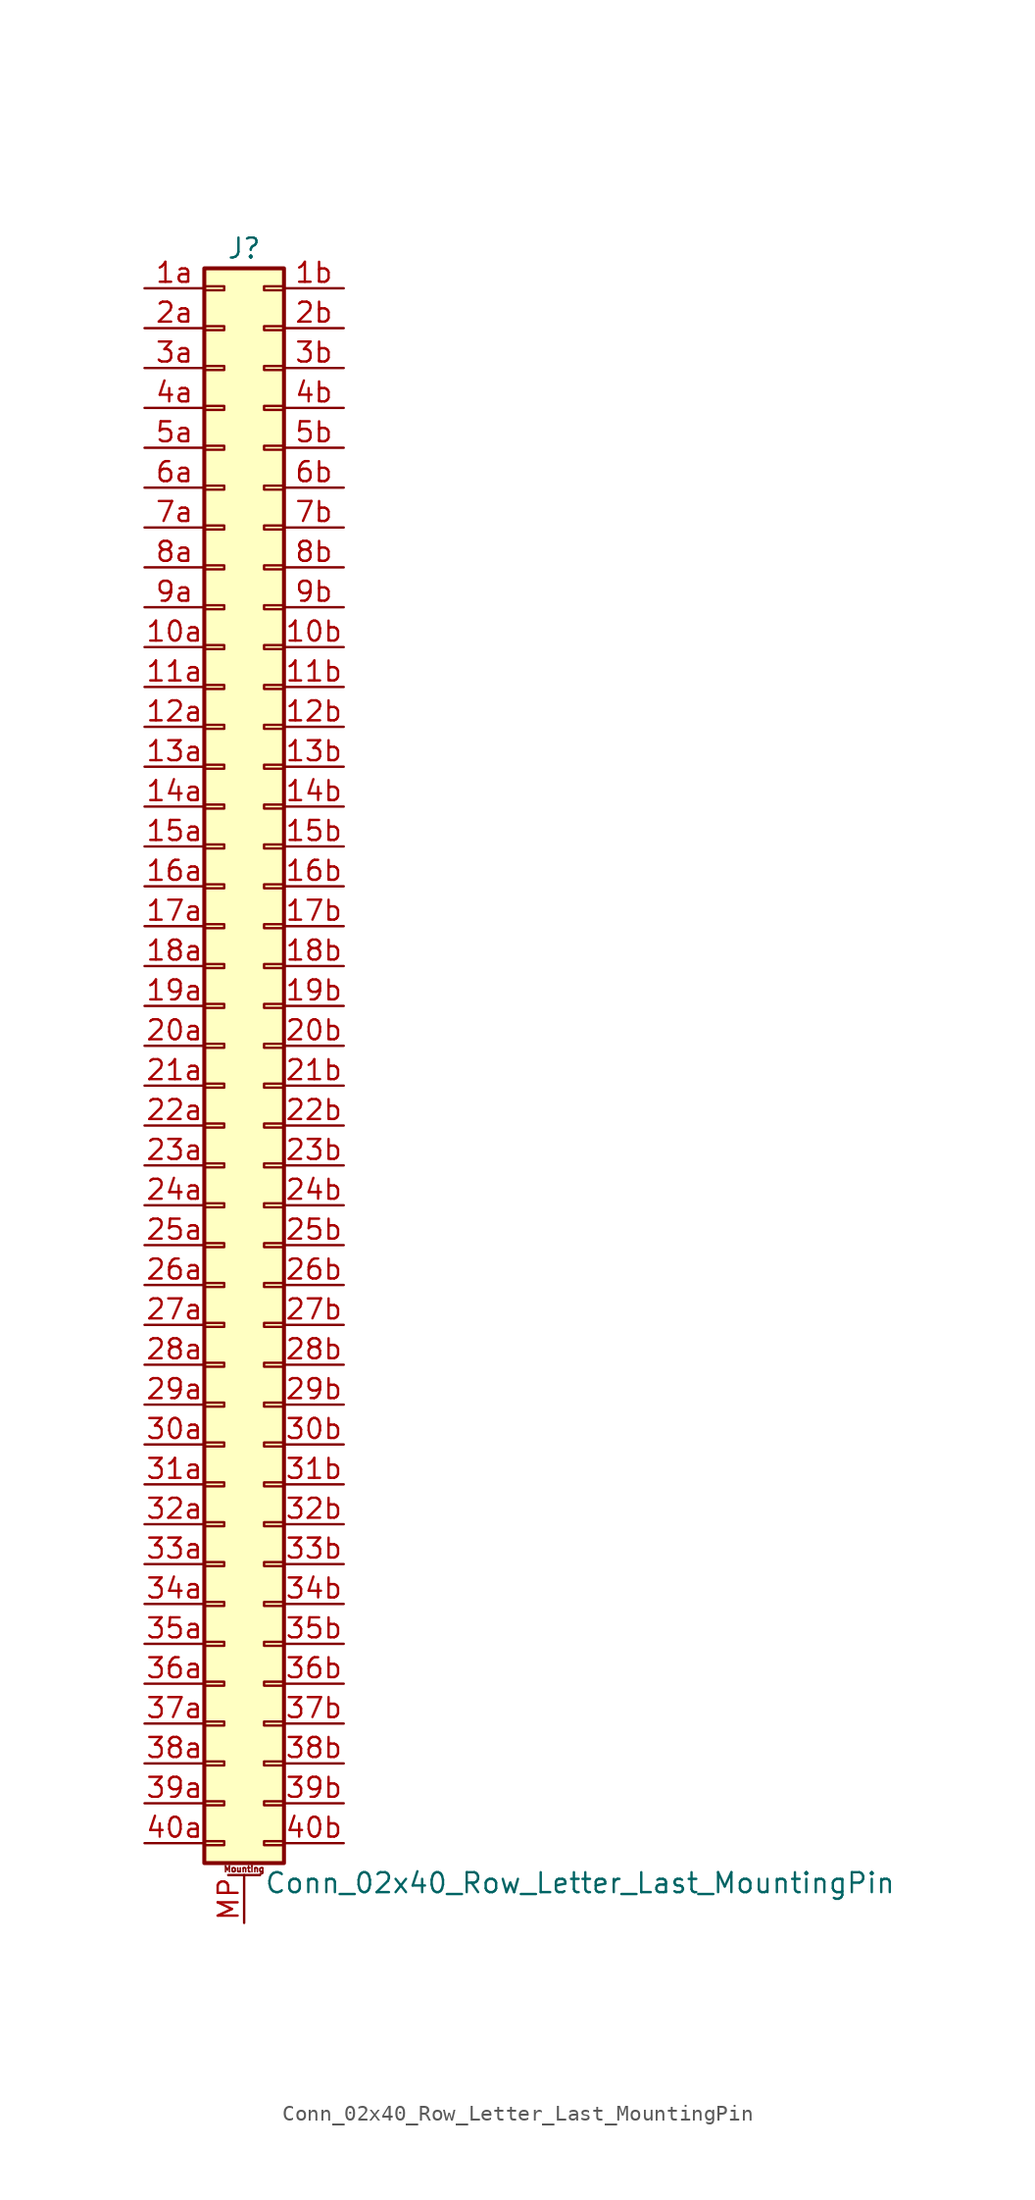
<source format=kicad_sym>
(kicad_symbol_lib
  (version 20211014)
  (generator kicad_symbol_editor)
  (symbol "Conn_02x40_Row_Letter_Last_MountingPin"
    (pin_names
      (offset 1.016) hide)
    (property "Reference" "J"
      (at 1.27 50.8 0)
      (effects (font (size 1.27 1.27))))
    (property "Value" "Conn_02x40_Row_Letter_Last_MountingPin"
      (at 2.54 -53.34 0)
      (effects (font (size 1.27 1.27)) (justify left)))
    (symbol "Conn_02x40_Row_Letter_Last_MountingPin_1_1"
      (rectangle (start -1.27 -50.673) (end 0 -50.927) (stroke (width 0.152) (type default) (color 0 0 0 0)) (fill (type none)))
      (rectangle (start -1.27 -48.133) (end 0 -48.387) (stroke (width 0.152) (type default) (color 0 0 0 0)) (fill (type none)))
      (rectangle (start -1.27 -45.593) (end 0 -45.847) (stroke (width 0.152) (type default) (color 0 0 0 0)) (fill (type none)))
      (rectangle (start -1.27 -43.053) (end 0 -43.307) (stroke (width 0.152) (type default) (color 0 0 0 0)) (fill (type none)))
      (rectangle (start -1.27 -40.513) (end 0 -40.767) (stroke (width 0.152) (type default) (color 0 0 0 0)) (fill (type none)))
      (rectangle (start -1.27 -37.973) (end 0 -38.227) (stroke (width 0.152) (type default) (color 0 0 0 0)) (fill (type none)))
      (rectangle (start -1.27 -35.433) (end 0 -35.687) (stroke (width 0.152) (type default) (color 0 0 0 0)) (fill (type none)))
      (rectangle (start -1.27 -32.893) (end 0 -33.147) (stroke (width 0.152) (type default) (color 0 0 0 0)) (fill (type none)))
      (rectangle (start -1.27 -30.353) (end 0 -30.607) (stroke (width 0.152) (type default) (color 0 0 0 0)) (fill (type none)))
      (rectangle (start -1.27 -27.813) (end 0 -28.067) (stroke (width 0.152) (type default) (color 0 0 0 0)) (fill (type none)))
      (rectangle (start -1.27 -25.273) (end 0 -25.527) (stroke (width 0.152) (type default) (color 0 0 0 0)) (fill (type none)))
      (rectangle (start -1.27 -22.733) (end 0 -22.987) (stroke (width 0.152) (type default) (color 0 0 0 0)) (fill (type none)))
      (rectangle (start -1.27 -20.193) (end 0 -20.447) (stroke (width 0.152) (type default) (color 0 0 0 0)) (fill (type none)))
      (rectangle (start -1.27 -17.653) (end 0 -17.907) (stroke (width 0.152) (type default) (color 0 0 0 0)) (fill (type none)))
      (rectangle (start -1.27 -15.113) (end 0 -15.367) (stroke (width 0.152) (type default) (color 0 0 0 0)) (fill (type none)))
      (rectangle (start -1.27 -12.573) (end 0 -12.827) (stroke (width 0.152) (type default) (color 0 0 0 0)) (fill (type none)))
      (rectangle (start -1.27 -10.033) (end 0 -10.287) (stroke (width 0.152) (type default) (color 0 0 0 0)) (fill (type none)))
      (rectangle (start -1.27 -7.493) (end 0 -7.747) (stroke (width 0.152) (type default) (color 0 0 0 0)) (fill (type none)))
      (rectangle (start -1.27 -4.953) (end 0 -5.207) (stroke (width 0.152) (type default) (color 0 0 0 0)) (fill (type none)))
      (rectangle (start -1.27 -2.413) (end 0 -2.667) (stroke (width 0.152) (type default) (color 0 0 0 0)) (fill (type none)))
      (rectangle (start -1.27 0.127) (end 0 -0.127) (stroke (width 0.152) (type default) (color 0 0 0 0)) (fill (type none)))
      (rectangle (start -1.27 2.667) (end 0 2.413) (stroke (width 0.152) (type default) (color 0 0 0 0)) (fill (type none)))
      (rectangle (start -1.27 5.207) (end 0 4.953) (stroke (width 0.152) (type default) (color 0 0 0 0)) (fill (type none)))
      (rectangle (start -1.27 7.747) (end 0 7.493) (stroke (width 0.152) (type default) (color 0 0 0 0)) (fill (type none)))
      (rectangle (start -1.27 10.287) (end 0 10.033) (stroke (width 0.152) (type default) (color 0 0 0 0)) (fill (type none)))
      (rectangle (start -1.27 12.827) (end 0 12.573) (stroke (width 0.152) (type default) (color 0 0 0 0)) (fill (type none)))
      (rectangle (start -1.27 15.367) (end 0 15.113) (stroke (width 0.152) (type default) (color 0 0 0 0)) (fill (type none)))
      (rectangle (start -1.27 17.907) (end 0 17.653) (stroke (width 0.152) (type default) (color 0 0 0 0)) (fill (type none)))
      (rectangle (start -1.27 20.447) (end 0 20.193) (stroke (width 0.152) (type default) (color 0 0 0 0)) (fill (type none)))
      (rectangle (start -1.27 22.987) (end 0 22.733) (stroke (width 0.152) (type default) (color 0 0 0 0)) (fill (type none)))
      (rectangle (start -1.27 25.527) (end 0 25.273) (stroke (width 0.152) (type default) (color 0 0 0 0)) (fill (type none)))
      (rectangle (start -1.27 28.067) (end 0 27.813) (stroke (width 0.152) (type default) (color 0 0 0 0)) (fill (type none)))
      (rectangle (start -1.27 30.607) (end 0 30.353) (stroke (width 0.152) (type default) (color 0 0 0 0)) (fill (type none)))
      (rectangle (start -1.27 33.147) (end 0 32.893) (stroke (width 0.152) (type default) (color 0 0 0 0)) (fill (type none)))
      (rectangle (start -1.27 35.687) (end 0 35.433) (stroke (width 0.152) (type default) (color 0 0 0 0)) (fill (type none)))
      (rectangle (start -1.27 38.227) (end 0 37.973) (stroke (width 0.152) (type default) (color 0 0 0 0)) (fill (type none)))
      (rectangle (start -1.27 40.767) (end 0 40.513) (stroke (width 0.152) (type default) (color 0 0 0 0)) (fill (type none)))
      (rectangle (start -1.27 43.307) (end 0 43.053) (stroke (width 0.152) (type default) (color 0 0 0 0)) (fill (type none)))
      (rectangle (start -1.27 45.847) (end 0 45.593) (stroke (width 0.152) (type default) (color 0 0 0 0)) (fill (type none)))
      (rectangle (start -1.27 48.387) (end 0 48.133) (stroke (width 0.152) (type default) (color 0 0 0 0)) (fill (type none)))
      (rectangle (start -1.27 49.53) (end 3.81 -52.07) (stroke (width 0.254) (type default) (color 0 0 0 0)) (fill (type background)))
      (polyline (pts (xy 0.254 -52.832) (xy 2.286 -52.832)) (stroke (width 0.152) (type default) (color 0 0 0 0)) (fill (type none)))
      (rectangle (start 3.81 -50.673) (end 2.54 -50.927) (stroke (width 0.152) (type default) (color 0 0 0 0)) (fill (type none)))
      (rectangle (start 3.81 -48.133) (end 2.54 -48.387) (stroke (width 0.152) (type default) (color 0 0 0 0)) (fill (type none)))
      (rectangle (start 3.81 -45.593) (end 2.54 -45.847) (stroke (width 0.152) (type default) (color 0 0 0 0)) (fill (type none)))
      (rectangle (start 3.81 -43.053) (end 2.54 -43.307) (stroke (width 0.152) (type default) (color 0 0 0 0)) (fill (type none)))
      (rectangle (start 3.81 -40.513) (end 2.54 -40.767) (stroke (width 0.152) (type default) (color 0 0 0 0)) (fill (type none)))
      (rectangle (start 3.81 -37.973) (end 2.54 -38.227) (stroke (width 0.152) (type default) (color 0 0 0 0)) (fill (type none)))
      (rectangle (start 3.81 -35.433) (end 2.54 -35.687) (stroke (width 0.152) (type default) (color 0 0 0 0)) (fill (type none)))
      (rectangle (start 3.81 -32.893) (end 2.54 -33.147) (stroke (width 0.152) (type default) (color 0 0 0 0)) (fill (type none)))
      (rectangle (start 3.81 -30.353) (end 2.54 -30.607) (stroke (width 0.152) (type default) (color 0 0 0 0)) (fill (type none)))
      (rectangle (start 3.81 -27.813) (end 2.54 -28.067) (stroke (width 0.152) (type default) (color 0 0 0 0)) (fill (type none)))
      (rectangle (start 3.81 -25.273) (end 2.54 -25.527) (stroke (width 0.152) (type default) (color 0 0 0 0)) (fill (type none)))
      (rectangle (start 3.81 -22.733) (end 2.54 -22.987) (stroke (width 0.152) (type default) (color 0 0 0 0)) (fill (type none)))
      (rectangle (start 3.81 -20.193) (end 2.54 -20.447) (stroke (width 0.152) (type default) (color 0 0 0 0)) (fill (type none)))
      (rectangle (start 3.81 -17.653) (end 2.54 -17.907) (stroke (width 0.152) (type default) (color 0 0 0 0)) (fill (type none)))
      (rectangle (start 3.81 -15.113) (end 2.54 -15.367) (stroke (width 0.152) (type default) (color 0 0 0 0)) (fill (type none)))
      (rectangle (start 3.81 -12.573) (end 2.54 -12.827) (stroke (width 0.152) (type default) (color 0 0 0 0)) (fill (type none)))
      (rectangle (start 3.81 -10.033) (end 2.54 -10.287) (stroke (width 0.152) (type default) (color 0 0 0 0)) (fill (type none)))
      (rectangle (start 3.81 -7.493) (end 2.54 -7.747) (stroke (width 0.152) (type default) (color 0 0 0 0)) (fill (type none)))
      (rectangle (start 3.81 -4.953) (end 2.54 -5.207) (stroke (width 0.152) (type default) (color 0 0 0 0)) (fill (type none)))
      (rectangle (start 3.81 -2.413) (end 2.54 -2.667) (stroke (width 0.152) (type default) (color 0 0 0 0)) (fill (type none)))
      (rectangle (start 3.81 0.127) (end 2.54 -0.127) (stroke (width 0.152) (type default) (color 0 0 0 0)) (fill (type none)))
      (rectangle (start 3.81 2.667) (end 2.54 2.413) (stroke (width 0.152) (type default) (color 0 0 0 0)) (fill (type none)))
      (rectangle (start 3.81 5.207) (end 2.54 4.953) (stroke (width 0.152) (type default) (color 0 0 0 0)) (fill (type none)))
      (rectangle (start 3.81 7.747) (end 2.54 7.493) (stroke (width 0.152) (type default) (color 0 0 0 0)) (fill (type none)))
      (rectangle (start 3.81 10.287) (end 2.54 10.033) (stroke (width 0.152) (type default) (color 0 0 0 0)) (fill (type none)))
      (rectangle (start 3.81 12.827) (end 2.54 12.573) (stroke (width 0.152) (type default) (color 0 0 0 0)) (fill (type none)))
      (rectangle (start 3.81 15.367) (end 2.54 15.113) (stroke (width 0.152) (type default) (color 0 0 0 0)) (fill (type none)))
      (rectangle (start 3.81 17.907) (end 2.54 17.653) (stroke (width 0.152) (type default) (color 0 0 0 0)) (fill (type none)))
      (rectangle (start 3.81 20.447) (end 2.54 20.193) (stroke (width 0.152) (type default) (color 0 0 0 0)) (fill (type none)))
      (rectangle (start 3.81 22.987) (end 2.54 22.733) (stroke (width 0.152) (type default) (color 0 0 0 0)) (fill (type none)))
      (rectangle (start 3.81 25.527) (end 2.54 25.273) (stroke (width 0.152) (type default) (color 0 0 0 0)) (fill (type none)))
      (rectangle (start 3.81 28.067) (end 2.54 27.813) (stroke (width 0.152) (type default) (color 0 0 0 0)) (fill (type none)))
      (rectangle (start 3.81 30.607) (end 2.54 30.353) (stroke (width 0.152) (type default) (color 0 0 0 0)) (fill (type none)))
      (rectangle (start 3.81 33.147) (end 2.54 32.893) (stroke (width 0.152) (type default) (color 0 0 0 0)) (fill (type none)))
      (rectangle (start 3.81 35.687) (end 2.54 35.433) (stroke (width 0.152) (type default) (color 0 0 0 0)) (fill (type none)))
      (rectangle (start 3.81 38.227) (end 2.54 37.973) (stroke (width 0.152) (type default) (color 0 0 0 0)) (fill (type none)))
      (rectangle (start 3.81 40.767) (end 2.54 40.513) (stroke (width 0.152) (type default) (color 0 0 0 0)) (fill (type none)))
      (rectangle (start 3.81 43.307) (end 2.54 43.053) (stroke (width 0.152) (type default) (color 0 0 0 0)) (fill (type none)))
      (rectangle (start 3.81 45.847) (end 2.54 45.593) (stroke (width 0.152) (type default) (color 0 0 0 0)) (fill (type none)))
      (rectangle (start 3.81 48.387) (end 2.54 48.133) (stroke (width 0.152) (type default) (color 0 0 0 0)) (fill (type none)))
      (text "Mounting" (at 1.27 -52.451 0) (effects (font (size 0.381 0.381))))
      (pin passive line (at -5.08 25.4 0) (length 3.81) (name "Pin_10a" (effects (font (size 1.27 1.27)))) (number "10a" (effects (font (size 1.27 1.27)))))
      (pin passive line (at 7.62 25.4 180) (length 3.81) (name "Pin_10b" (effects (font (size 1.27 1.27)))) (number "10b" (effects (font (size 1.27 1.27)))))
      (pin passive line (at -5.08 22.86 0) (length 3.81) (name "Pin_11a" (effects (font (size 1.27 1.27)))) (number "11a" (effects (font (size 1.27 1.27)))))
      (pin passive line (at 7.62 22.86 180) (length 3.81) (name "Pin_11b" (effects (font (size 1.27 1.27)))) (number "11b" (effects (font (size 1.27 1.27)))))
      (pin passive line (at -5.08 20.32 0) (length 3.81) (name "Pin_12a" (effects (font (size 1.27 1.27)))) (number "12a" (effects (font (size 1.27 1.27)))))
      (pin passive line (at 7.62 20.32 180) (length 3.81) (name "Pin_12b" (effects (font (size 1.27 1.27)))) (number "12b" (effects (font (size 1.27 1.27)))))
      (pin passive line (at -5.08 17.78 0) (length 3.81) (name "Pin_13a" (effects (font (size 1.27 1.27)))) (number "13a" (effects (font (size 1.27 1.27)))))
      (pin passive line (at 7.62 17.78 180) (length 3.81) (name "Pin_13b" (effects (font (size 1.27 1.27)))) (number "13b" (effects (font (size 1.27 1.27)))))
      (pin passive line (at -5.08 15.24 0) (length 3.81) (name "Pin_14a" (effects (font (size 1.27 1.27)))) (number "14a" (effects (font (size 1.27 1.27)))))
      (pin passive line (at 7.62 15.24 180) (length 3.81) (name "Pin_14b" (effects (font (size 1.27 1.27)))) (number "14b" (effects (font (size 1.27 1.27)))))
      (pin passive line (at -5.08 12.7 0) (length 3.81) (name "Pin_15a" (effects (font (size 1.27 1.27)))) (number "15a" (effects (font (size 1.27 1.27)))))
      (pin passive line (at 7.62 12.7 180) (length 3.81) (name "Pin_15b" (effects (font (size 1.27 1.27)))) (number "15b" (effects (font (size 1.27 1.27)))))
      (pin passive line (at -5.08 10.16 0) (length 3.81) (name "Pin_16a" (effects (font (size 1.27 1.27)))) (number "16a" (effects (font (size 1.27 1.27)))))
      (pin passive line (at 7.62 10.16 180) (length 3.81) (name "Pin_16b" (effects (font (size 1.27 1.27)))) (number "16b" (effects (font (size 1.27 1.27)))))
      (pin passive line (at -5.08 7.62 0) (length 3.81) (name "Pin_17a" (effects (font (size 1.27 1.27)))) (number "17a" (effects (font (size 1.27 1.27)))))
      (pin passive line (at 7.62 7.62 180) (length 3.81) (name "Pin_17b" (effects (font (size 1.27 1.27)))) (number "17b" (effects (font (size 1.27 1.27)))))
      (pin passive line (at -5.08 5.08 0) (length 3.81) (name "Pin_18a" (effects (font (size 1.27 1.27)))) (number "18a" (effects (font (size 1.27 1.27)))))
      (pin passive line (at 7.62 5.08 180) (length 3.81) (name "Pin_18b" (effects (font (size 1.27 1.27)))) (number "18b" (effects (font (size 1.27 1.27)))))
      (pin passive line (at -5.08 2.54 0) (length 3.81) (name "Pin_19a" (effects (font (size 1.27 1.27)))) (number "19a" (effects (font (size 1.27 1.27)))))
      (pin passive line (at 7.62 2.54 180) (length 3.81) (name "Pin_19b" (effects (font (size 1.27 1.27)))) (number "19b" (effects (font (size 1.27 1.27)))))
      (pin passive line (at -5.08 48.26 0) (length 3.81) (name "Pin_1a" (effects (font (size 1.27 1.27)))) (number "1a" (effects (font (size 1.27 1.27)))))
      (pin passive line (at 7.62 48.26 180) (length 3.81) (name "Pin_1b" (effects (font (size 1.27 1.27)))) (number "1b" (effects (font (size 1.27 1.27)))))
      (pin passive line (at -5.08 0 0) (length 3.81) (name "Pin_20a" (effects (font (size 1.27 1.27)))) (number "20a" (effects (font (size 1.27 1.27)))))
      (pin passive line (at 7.62 0 180) (length 3.81) (name "Pin_20b" (effects (font (size 1.27 1.27)))) (number "20b" (effects (font (size 1.27 1.27)))))
      (pin passive line (at -5.08 -2.54 0) (length 3.81) (name "Pin_21a" (effects (font (size 1.27 1.27)))) (number "21a" (effects (font (size 1.27 1.27)))))
      (pin passive line (at 7.62 -2.54 180) (length 3.81) (name "Pin_21b" (effects (font (size 1.27 1.27)))) (number "21b" (effects (font (size 1.27 1.27)))))
      (pin passive line (at -5.08 -5.08 0) (length 3.81) (name "Pin_22a" (effects (font (size 1.27 1.27)))) (number "22a" (effects (font (size 1.27 1.27)))))
      (pin passive line (at 7.62 -5.08 180) (length 3.81) (name "Pin_22b" (effects (font (size 1.27 1.27)))) (number "22b" (effects (font (size 1.27 1.27)))))
      (pin passive line (at -5.08 -7.62 0) (length 3.81) (name "Pin_23a" (effects (font (size 1.27 1.27)))) (number "23a" (effects (font (size 1.27 1.27)))))
      (pin passive line (at 7.62 -7.62 180) (length 3.81) (name "Pin_23b" (effects (font (size 1.27 1.27)))) (number "23b" (effects (font (size 1.27 1.27)))))
      (pin passive line (at -5.08 -10.16 0) (length 3.81) (name "Pin_24a" (effects (font (size 1.27 1.27)))) (number "24a" (effects (font (size 1.27 1.27)))))
      (pin passive line (at 7.62 -10.16 180) (length 3.81) (name "Pin_24b" (effects (font (size 1.27 1.27)))) (number "24b" (effects (font (size 1.27 1.27)))))
      (pin passive line (at -5.08 -12.7 0) (length 3.81) (name "Pin_25a" (effects (font (size 1.27 1.27)))) (number "25a" (effects (font (size 1.27 1.27)))))
      (pin passive line (at 7.62 -12.7 180) (length 3.81) (name "Pin_25b" (effects (font (size 1.27 1.27)))) (number "25b" (effects (font (size 1.27 1.27)))))
      (pin passive line (at -5.08 -15.24 0) (length 3.81) (name "Pin_26a" (effects (font (size 1.27 1.27)))) (number "26a" (effects (font (size 1.27 1.27)))))
      (pin passive line (at 7.62 -15.24 180) (length 3.81) (name "Pin_26b" (effects (font (size 1.27 1.27)))) (number "26b" (effects (font (size 1.27 1.27)))))
      (pin passive line (at -5.08 -17.78 0) (length 3.81) (name "Pin_27a" (effects (font (size 1.27 1.27)))) (number "27a" (effects (font (size 1.27 1.27)))))
      (pin passive line (at 7.62 -17.78 180) (length 3.81) (name "Pin_27b" (effects (font (size 1.27 1.27)))) (number "27b" (effects (font (size 1.27 1.27)))))
      (pin passive line (at -5.08 -20.32 0) (length 3.81) (name "Pin_28a" (effects (font (size 1.27 1.27)))) (number "28a" (effects (font (size 1.27 1.27)))))
      (pin passive line (at 7.62 -20.32 180) (length 3.81) (name "Pin_28b" (effects (font (size 1.27 1.27)))) (number "28b" (effects (font (size 1.27 1.27)))))
      (pin passive line (at -5.08 -22.86 0) (length 3.81) (name "Pin_29a" (effects (font (size 1.27 1.27)))) (number "29a" (effects (font (size 1.27 1.27)))))
      (pin passive line (at 7.62 -22.86 180) (length 3.81) (name "Pin_29b" (effects (font (size 1.27 1.27)))) (number "29b" (effects (font (size 1.27 1.27)))))
      (pin passive line (at -5.08 45.72 0) (length 3.81) (name "Pin_2a" (effects (font (size 1.27 1.27)))) (number "2a" (effects (font (size 1.27 1.27)))))
      (pin passive line (at 7.62 45.72 180) (length 3.81) (name "Pin_2b" (effects (font (size 1.27 1.27)))) (number "2b" (effects (font (size 1.27 1.27)))))
      (pin passive line (at -5.08 -25.4 0) (length 3.81) (name "Pin_30a" (effects (font (size 1.27 1.27)))) (number "30a" (effects (font (size 1.27 1.27)))))
      (pin passive line (at 7.62 -25.4 180) (length 3.81) (name "Pin_30b" (effects (font (size 1.27 1.27)))) (number "30b" (effects (font (size 1.27 1.27)))))
      (pin passive line (at -5.08 -27.94 0) (length 3.81) (name "Pin_31a" (effects (font (size 1.27 1.27)))) (number "31a" (effects (font (size 1.27 1.27)))))
      (pin passive line (at 7.62 -27.94 180) (length 3.81) (name "Pin_31b" (effects (font (size 1.27 1.27)))) (number "31b" (effects (font (size 1.27 1.27)))))
      (pin passive line (at -5.08 -30.48 0) (length 3.81) (name "Pin_32a" (effects (font (size 1.27 1.27)))) (number "32a" (effects (font (size 1.27 1.27)))))
      (pin passive line (at 7.62 -30.48 180) (length 3.81) (name "Pin_32b" (effects (font (size 1.27 1.27)))) (number "32b" (effects (font (size 1.27 1.27)))))
      (pin passive line (at -5.08 -33.02 0) (length 3.81) (name "Pin_33a" (effects (font (size 1.27 1.27)))) (number "33a" (effects (font (size 1.27 1.27)))))
      (pin passive line (at 7.62 -33.02 180) (length 3.81) (name "Pin_33b" (effects (font (size 1.27 1.27)))) (number "33b" (effects (font (size 1.27 1.27)))))
      (pin passive line (at -5.08 -35.56 0) (length 3.81) (name "Pin_34a" (effects (font (size 1.27 1.27)))) (number "34a" (effects (font (size 1.27 1.27)))))
      (pin passive line (at 7.62 -35.56 180) (length 3.81) (name "Pin_34b" (effects (font (size 1.27 1.27)))) (number "34b" (effects (font (size 1.27 1.27)))))
      (pin passive line (at -5.08 -38.1 0) (length 3.81) (name "Pin_35a" (effects (font (size 1.27 1.27)))) (number "35a" (effects (font (size 1.27 1.27)))))
      (pin passive line (at 7.62 -38.1 180) (length 3.81) (name "Pin_35b" (effects (font (size 1.27 1.27)))) (number "35b" (effects (font (size 1.27 1.27)))))
      (pin passive line (at -5.08 -40.64 0) (length 3.81) (name "Pin_36a" (effects (font (size 1.27 1.27)))) (number "36a" (effects (font (size 1.27 1.27)))))
      (pin passive line (at 7.62 -40.64 180) (length 3.81) (name "Pin_36b" (effects (font (size 1.27 1.27)))) (number "36b" (effects (font (size 1.27 1.27)))))
      (pin passive line (at -5.08 -43.18 0) (length 3.81) (name "Pin_37a" (effects (font (size 1.27 1.27)))) (number "37a" (effects (font (size 1.27 1.27)))))
      (pin passive line (at 7.62 -43.18 180) (length 3.81) (name "Pin_37b" (effects (font (size 1.27 1.27)))) (number "37b" (effects (font (size 1.27 1.27)))))
      (pin passive line (at -5.08 -45.72 0) (length 3.81) (name "Pin_38a" (effects (font (size 1.27 1.27)))) (number "38a" (effects (font (size 1.27 1.27)))))
      (pin passive line (at 7.62 -45.72 180) (length 3.81) (name "Pin_38b" (effects (font (size 1.27 1.27)))) (number "38b" (effects (font (size 1.27 1.27)))))
      (pin passive line (at -5.08 -48.26 0) (length 3.81) (name "Pin_39a" (effects (font (size 1.27 1.27)))) (number "39a" (effects (font (size 1.27 1.27)))))
      (pin passive line (at 7.62 -48.26 180) (length 3.81) (name "Pin_39b" (effects (font (size 1.27 1.27)))) (number "39b" (effects (font (size 1.27 1.27)))))
      (pin passive line (at -5.08 43.18 0) (length 3.81) (name "Pin_3a" (effects (font (size 1.27 1.27)))) (number "3a" (effects (font (size 1.27 1.27)))))
      (pin passive line (at 7.62 43.18 180) (length 3.81) (name "Pin_3b" (effects (font (size 1.27 1.27)))) (number "3b" (effects (font (size 1.27 1.27)))))
      (pin passive line (at -5.08 -50.8 0) (length 3.81) (name "Pin_40a" (effects (font (size 1.27 1.27)))) (number "40a" (effects (font (size 1.27 1.27)))))
      (pin passive line (at 7.62 -50.8 180) (length 3.81) (name "Pin_40b" (effects (font (size 1.27 1.27)))) (number "40b" (effects (font (size 1.27 1.27)))))
      (pin passive line (at -5.08 40.64 0) (length 3.81) (name "Pin_4a" (effects (font (size 1.27 1.27)))) (number "4a" (effects (font (size 1.27 1.27)))))
      (pin passive line (at 7.62 40.64 180) (length 3.81) (name "Pin_4b" (effects (font (size 1.27 1.27)))) (number "4b" (effects (font (size 1.27 1.27)))))
      (pin passive line (at -5.08 38.1 0) (length 3.81) (name "Pin_5a" (effects (font (size 1.27 1.27)))) (number "5a" (effects (font (size 1.27 1.27)))))
      (pin passive line (at 7.62 38.1 180) (length 3.81) (name "Pin_5b" (effects (font (size 1.27 1.27)))) (number "5b" (effects (font (size 1.27 1.27)))))
      (pin passive line (at -5.08 35.56 0) (length 3.81) (name "Pin_6a" (effects (font (size 1.27 1.27)))) (number "6a" (effects (font (size 1.27 1.27)))))
      (pin passive line (at 7.62 35.56 180) (length 3.81) (name "Pin_6b" (effects (font (size 1.27 1.27)))) (number "6b" (effects (font (size 1.27 1.27)))))
      (pin passive line (at -5.08 33.02 0) (length 3.81) (name "Pin_7a" (effects (font (size 1.27 1.27)))) (number "7a" (effects (font (size 1.27 1.27)))))
      (pin passive line (at 7.62 33.02 180) (length 3.81) (name "Pin_7b" (effects (font (size 1.27 1.27)))) (number "7b" (effects (font (size 1.27 1.27)))))
      (pin passive line (at -5.08 30.48 0) (length 3.81) (name "Pin_8a" (effects (font (size 1.27 1.27)))) (number "8a" (effects (font (size 1.27 1.27)))))
      (pin passive line (at 7.62 30.48 180) (length 3.81) (name "Pin_8b" (effects (font (size 1.27 1.27)))) (number "8b" (effects (font (size 1.27 1.27)))))
      (pin passive line (at -5.08 27.94 0) (length 3.81) (name "Pin_9a" (effects (font (size 1.27 1.27)))) (number "9a" (effects (font (size 1.27 1.27)))))
      (pin passive line (at 7.62 27.94 180) (length 3.81) (name "Pin_9b" (effects (font (size 1.27 1.27)))) (number "9b" (effects (font (size 1.27 1.27)))))
      (pin passive line (at 1.27 -55.88 90) (length 3.048) (name "MountPin" (effects (font (size 1.27 1.27)))) (number "MP" (effects (font (size 1.27 1.27))))))))
</source>
